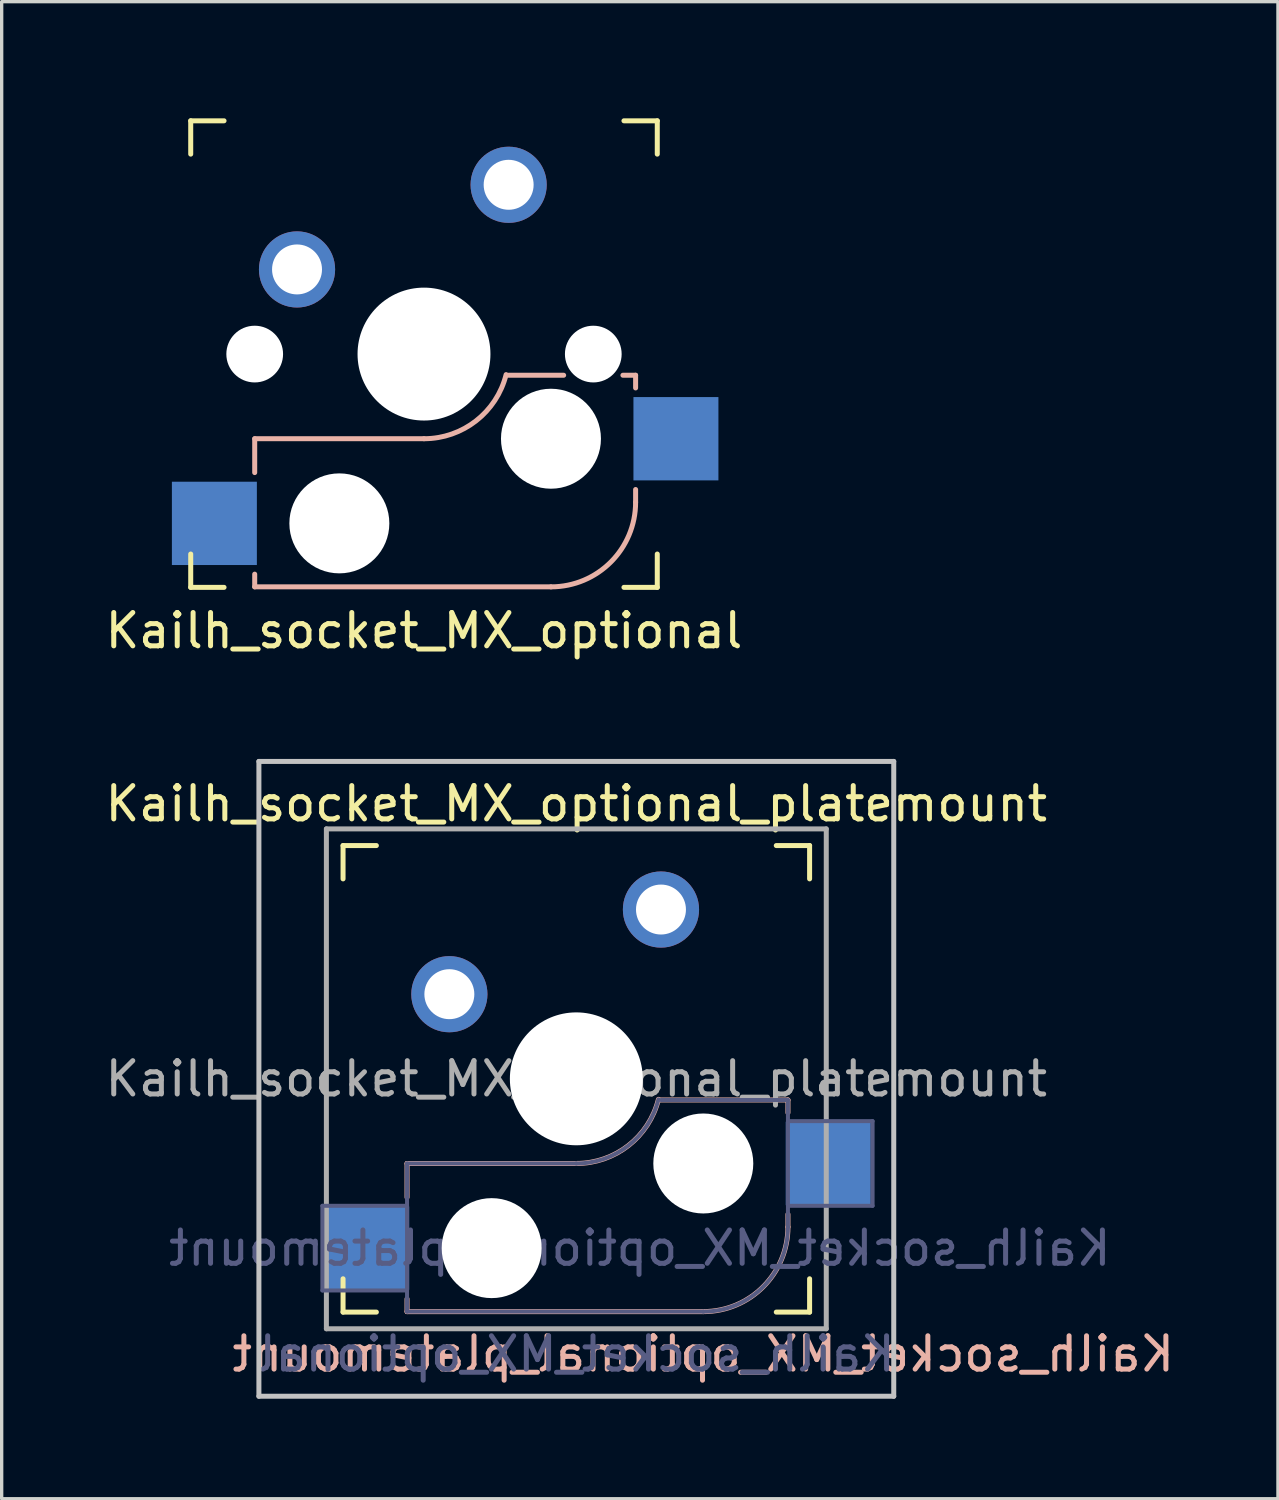
<source format=kicad_pcb>
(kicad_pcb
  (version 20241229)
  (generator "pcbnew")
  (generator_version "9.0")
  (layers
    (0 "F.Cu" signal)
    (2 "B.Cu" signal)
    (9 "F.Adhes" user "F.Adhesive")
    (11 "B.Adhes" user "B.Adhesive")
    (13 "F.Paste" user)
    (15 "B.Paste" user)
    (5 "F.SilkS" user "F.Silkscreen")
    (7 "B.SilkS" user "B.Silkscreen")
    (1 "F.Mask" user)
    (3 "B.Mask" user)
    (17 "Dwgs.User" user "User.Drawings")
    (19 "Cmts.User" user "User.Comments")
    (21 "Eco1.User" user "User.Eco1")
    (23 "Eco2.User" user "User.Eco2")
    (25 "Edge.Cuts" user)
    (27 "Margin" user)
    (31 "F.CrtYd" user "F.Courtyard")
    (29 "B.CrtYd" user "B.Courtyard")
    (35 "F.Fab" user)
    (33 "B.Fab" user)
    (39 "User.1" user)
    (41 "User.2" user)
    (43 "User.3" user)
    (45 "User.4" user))
  (footprint "Kailh_socket_MX_optional_platemount"
    (layer "F.Cu")
    (at 14.244 29.323)
    (property "Reference" "Kailh_socket_MX_optional_platemount" (at 0 -8.255 0) (layer "F.SilkS") (effects (font (size 1 1) (thickness 0.15))))
    (property "Value" "Kailh_socket_MX_optional" (at 0 8.255 0) (layer "F.Fab") (hide yes) (effects (font (size 1 1) (thickness 0.15))))
    (attr through_hole)
    (fp_line (start -7 -6) (end -7 -7) (stroke (width 0.15) (type solid)) (layer "F.SilkS"))
    (fp_line (start -7 7) (end -7 6) (stroke (width 0.15) (type solid)) (layer "F.SilkS"))
    (fp_line (start -7 7) (end -6 7) (stroke (width 0.15) (type solid)) (layer "F.SilkS"))
    (fp_line (start -6 -7) (end -7 -7) (stroke (width 0.15) (type solid)) (layer "F.SilkS"))
    (fp_line (start 6 7) (end 7 7) (stroke (width 0.15) (type solid)) (layer "F.SilkS"))
    (fp_line (start 7 -7) (end 6 -7) (stroke (width 0.15) (type solid)) (layer "F.SilkS"))
    (fp_line (start 7 -7) (end 7 -6) (stroke (width 0.15) (type solid)) (layer "F.SilkS"))
    (fp_line (start 7 6) (end 7 7) (stroke (width 0.15) (type solid)) (layer "F.SilkS"))
    (fp_line (start -5.08 2.54) (end -5.08 3.556) (stroke (width 0.15) (type solid)) (layer "B.SilkS"))
    (fp_line (start -5.08 6.604) (end -5.08 6.985) (stroke (width 0.15) (type solid)) (layer "B.SilkS"))
    (fp_line (start -5.08 6.985) (end 3.81 6.985) (stroke (width 0.15) (type solid)) (layer "B.SilkS"))
    (fp_line (start 0 2.54) (end -5.08 2.54) (stroke (width 0.15) (type solid)) (layer "B.SilkS"))
    (fp_line (start 6.35 0.635) (end 2.5 0.635) (stroke (width 0.15) (type solid)) (layer "B.SilkS"))
    (fp_line (start 6.35 1.016) (end 6.35 0.635) (stroke (width 0.15) (type solid)) (layer "B.SilkS"))
    (fp_line (start 6.35 4.445) (end 6.35 4.064) (stroke (width 0.15) (type solid)) (layer "B.SilkS"))
    (fp_arc (start 2.4638 0.61604) (mid 1.562785 2.002042) (end -0.000362 2.54) (stroke (width 0.15) (type solid)) (layer "B.SilkS"))
    (fp_arc (start 6.35 4.445) (mid 5.606051 6.241051) (end 3.81 6.985) (stroke (width 0.15) (type solid)) (layer "B.SilkS"))
    (fp_line (start -9.525 -9.525) (end 9.525 -9.525) (stroke (width 0.15) (type solid)) (layer "Dwgs.User"))
    (fp_line (start -9.525 9.525) (end -9.525 -9.525) (stroke (width 0.15) (type solid)) (layer "Dwgs.User"))
    (fp_line (start 9.525 -9.525) (end 9.525 9.525) (stroke (width 0.15) (type solid)) (layer "Dwgs.User"))
    (fp_line (start 9.525 9.525) (end -9.525 9.525) (stroke (width 0.15) (type solid)) (layer "Dwgs.User"))
    (fp_line (start -6.9 6.9) (end -6.9 -6.9) (stroke (width 0.15) (type solid)) (layer "Eco2.User"))
    (fp_line (start -6.9 6.9) (end 6.9 6.9) (stroke (width 0.15) (type solid)) (layer "Eco2.User"))
    (fp_line (start 6.9 -6.9) (end -6.9 -6.9) (stroke (width 0.15) (type solid)) (layer "Eco2.User"))
    (fp_line (start 6.9 -6.9) (end 6.9 6.9) (stroke (width 0.15) (type solid)) (layer "Eco2.User"))
    (fp_line (start -7.62 3.81) (end -7.62 6.35) (stroke (width 0.12) (type solid)) (layer "B.Fab"))
    (fp_line (start -7.62 6.35) (end -5.08 6.35) (stroke (width 0.12) (type solid)) (layer "B.Fab"))
    (fp_line (start -5.08 2.54) (end -5.08 6.985) (stroke (width 0.12) (type solid)) (layer "B.Fab"))
    (fp_line (start -5.08 3.81) (end -7.62 3.81) (stroke (width 0.12) (type solid)) (layer "B.Fab"))
    (fp_line (start -5.08 6.985) (end 3.81 6.985) (stroke (width 0.12) (type solid)) (layer "B.Fab"))
    (fp_line (start 0 2.54) (end -5.08 2.54) (stroke (width 0.12) (type solid)) (layer "B.Fab"))
    (fp_line (start 6.35 0.635) (end 2.54 0.635) (stroke (width 0.12) (type solid)) (layer "B.Fab"))
    (fp_line (start 6.35 3.81) (end 8.89 3.81) (stroke (width 0.12) (type solid)) (layer "B.Fab"))
    (fp_line (start 6.35 4.445) (end 6.35 0.635) (stroke (width 0.12) (type solid)) (layer "B.Fab"))
    (fp_line (start 8.89 1.27) (end 6.35 1.27) (stroke (width 0.12) (type solid)) (layer "B.Fab"))
    (fp_line (start 8.89 3.81) (end 8.89 1.27) (stroke (width 0.12) (type solid)) (layer "B.Fab"))
    (fp_arc (start 2.464162 0.61604) (mid 1.563147 2.002042) (end 0 2.54) (stroke (width 0.12) (type solid)) (layer "B.Fab"))
    (fp_arc (start 6.35 4.445) (mid 5.606051 6.241051) (end 3.81 6.985) (stroke (width 0.12) (type solid)) (layer "B.Fab"))
    (fp_line (start -7.5 -7.5) (end 7.5 -7.5) (stroke (width 0.15) (type solid)) (layer "F.Fab"))
    (fp_line (start -7.5 7.5) (end -7.5 -7.5) (stroke (width 0.15) (type solid)) (layer "F.Fab"))
    (fp_line (start 7.5 -7.5) (end 7.5 7.5) (stroke (width 0.15) (type solid)) (layer "F.Fab"))
    (fp_line (start 7.5 7.5) (end -7.5 7.5) (stroke (width 0.15) (type solid)) (layer "F.Fab"))
    (fp_text user "${REFERENCE}" (at 3.81 8.255 0) (layer "B.SilkS") (effects (font (size 1 1) (thickness 0.15)) (justify mirror)))
    (fp_text user "${REFERENCE}" (at 1.905 5.08 0) (layer "B.Fab") (effects (font (size 1 1) (thickness 0.15)) (justify mirror)))
    (fp_text user "${VALUE}" (at 0 8.255 0) (layer "B.Fab") (effects (font (size 1 1) (thickness 0.15)) (justify mirror)))
    (fp_text user "${REFERENCE}" (at 0 0 0) (layer "F.Fab") (effects (font (size 1 1) (thickness 0.15))))
    (pad "" np_thru_hole circle (at -2.54 5.08) (size 3 3) (drill 3) (layers "*.Cu" "*.Mask"))
    (pad "" np_thru_hole circle (at 0 0) (size 3.988 3.988) (drill 3.988) (layers "*.Cu" "*.Mask"))
    (pad "" np_thru_hole circle (at 3.81 2.54) (size 3 3) (drill 3) (layers "*.Cu" "*.Mask"))
    (pad "1" smd rect (at -6.29 5.08) (size 2.55 2.5) (layers "B.Cu" "B.Mask" "B.Paste"))
    (pad "1" thru_hole circle (at 2.54 -5.08) (size 2.286 2.286) (drill 1.499) (layers "*.Cu" "*.Mask"))
    (pad "2" thru_hole circle (at -3.81 -2.54) (size 2.286 2.286) (drill 1.499) (layers "*.Cu" "*.Mask"))
    (pad "2" smd rect (at 7.56 2.54) (size 2.55 2.5) (layers "B.Cu" "B.Mask" "B.Paste")))
  (footprint "Kailh_socket_MX_optional"
    (layer "F.Cu")
    (at 9.673 7.575)
    (property "Reference" "Kailh_socket_MX_optional" (at 0 8.3 0) (layer "F.SilkS") (effects (font (size 1 1) (thickness 0.15))))
    (attr through_hole)
    (fp_line (start -7 -6) (end -7 -7) (stroke (width 0.15) (type solid)) (layer "F.SilkS"))
    (fp_line (start -7 7) (end -7 6) (stroke (width 0.15) (type solid)) (layer "F.SilkS"))
    (fp_line (start -7 7) (end -6 7) (stroke (width 0.15) (type solid)) (layer "F.SilkS"))
    (fp_line (start -6 -7) (end -7 -7) (stroke (width 0.15) (type solid)) (layer "F.SilkS"))
    (fp_line (start 6 7) (end 7 7) (stroke (width 0.15) (type solid)) (layer "F.SilkS"))
    (fp_line (start 7 -7) (end 6 -7) (stroke (width 0.15) (type solid)) (layer "F.SilkS"))
    (fp_line (start 7 -7) (end 7 -6) (stroke (width 0.15) (type solid)) (layer "F.SilkS"))
    (fp_line (start 7 6) (end 7 7) (stroke (width 0.15) (type solid)) (layer "F.SilkS"))
    (fp_line (start -5.08 2.54) (end -5.08 3.556) (stroke (width 0.15) (type solid)) (layer "B.SilkS"))
    (fp_line (start -5.08 6.604) (end -5.08 6.985) (stroke (width 0.15) (type solid)) (layer "B.SilkS"))
    (fp_line (start -5.08 6.985) (end 3.81 6.985) (stroke (width 0.15) (type solid)) (layer "B.SilkS"))
    (fp_line (start 0 2.54) (end -5.08 2.54) (stroke (width 0.15) (type solid)) (layer "B.SilkS"))
    (fp_line (start 4.191 0.635) (end 2.54 0.635) (stroke (width 0.15) (type solid)) (layer "B.SilkS"))
    (fp_line (start 6.35 0.635) (end 5.969 0.635) (stroke (width 0.15) (type solid)) (layer "B.SilkS"))
    (fp_line (start 6.35 1.016) (end 6.35 0.635) (stroke (width 0.15) (type solid)) (layer "B.SilkS"))
    (fp_line (start 6.35 4.445) (end 6.35 4.064) (stroke (width 0.15) (type solid)) (layer "B.SilkS"))
    (fp_arc (start 2.464162 0.61604) (mid 1.563147 2.002042) (end 0 2.54) (stroke (width 0.15) (type solid)) (layer "B.SilkS"))
    (fp_arc (start 6.35 4.445) (mid 5.606051 6.241051) (end 3.81 6.985) (stroke (width 0.15) (type solid)) (layer "B.SilkS"))
    (fp_line (start -7.5 -7.5) (end 7.5 -7.5) (stroke (width 0.15) (type solid)) (layer "Eco2.User"))
    (fp_line (start -7.5 7.5) (end -7.5 -7.5) (stroke (width 0.15) (type solid)) (layer "Eco2.User"))
    (fp_line (start -6.9 6.9) (end -6.9 -6.9) (stroke (width 0.15) (type solid)) (layer "Eco2.User"))
    (fp_line (start -6.9 6.9) (end 6.9 6.9) (stroke (width 0.15) (type solid)) (layer "Eco2.User"))
    (fp_line (start 6.9 -6.9) (end -6.9 -6.9) (stroke (width 0.15) (type solid)) (layer "Eco2.User"))
    (fp_line (start 6.9 -6.9) (end 6.9 6.9) (stroke (width 0.15) (type solid)) (layer "Eco2.User"))
    (fp_line (start 7.5 -7.5) (end 7.5 7.5) (stroke (width 0.15) (type solid)) (layer "Eco2.User"))
    (fp_line (start 7.5 7.5) (end -7.5 7.5) (stroke (width 0.15) (type solid)) (layer "Eco2.User"))
    (pad "" np_thru_hole circle (at -5.08 0) (size 1.702 1.702) (drill 1.702) (layers "*.Cu" "*.Mask"))
    (pad "" np_thru_hole circle (at -2.54 5.08) (size 3 3) (drill 3) (layers "*.Cu" "*.Mask"))
    (pad "" np_thru_hole circle (at 0 0) (size 3.988 3.988) (drill 3.988) (layers "*.Cu" "*.Mask"))
    (pad "" np_thru_hole circle (at 3.81 2.54) (size 3 3) (drill 3) (layers "*.Cu" "*.Mask"))
    (pad "" np_thru_hole circle (at 5.08 0) (size 1.702 1.702) (drill 1.702) (layers "*.Cu" "*.Mask"))
    (pad "1" smd rect (at -6.29 5.08) (size 2.55 2.5) (layers "B.Cu" "B.Mask" "B.Paste"))
    (pad "1" thru_hole circle (at 2.54 -5.08) (size 2.286 2.286) (drill 1.499) (layers "*.Cu" "*.Mask"))
    (pad "2" thru_hole circle (at -3.81 -2.54) (size 2.286 2.286) (drill 1.499) (layers "*.Cu" "*.Mask"))
    (pad "2" smd rect (at 7.56 2.54) (size 2.55 2.5) (layers "B.Cu" "B.Mask" "B.Paste")))
  (gr_rect
    (start -3 -3)
    (end 35.298 41.923)
    (stroke (width 0.1) (type default))
    (fill no)
    (layer "Edge.Cuts")))
</source>
